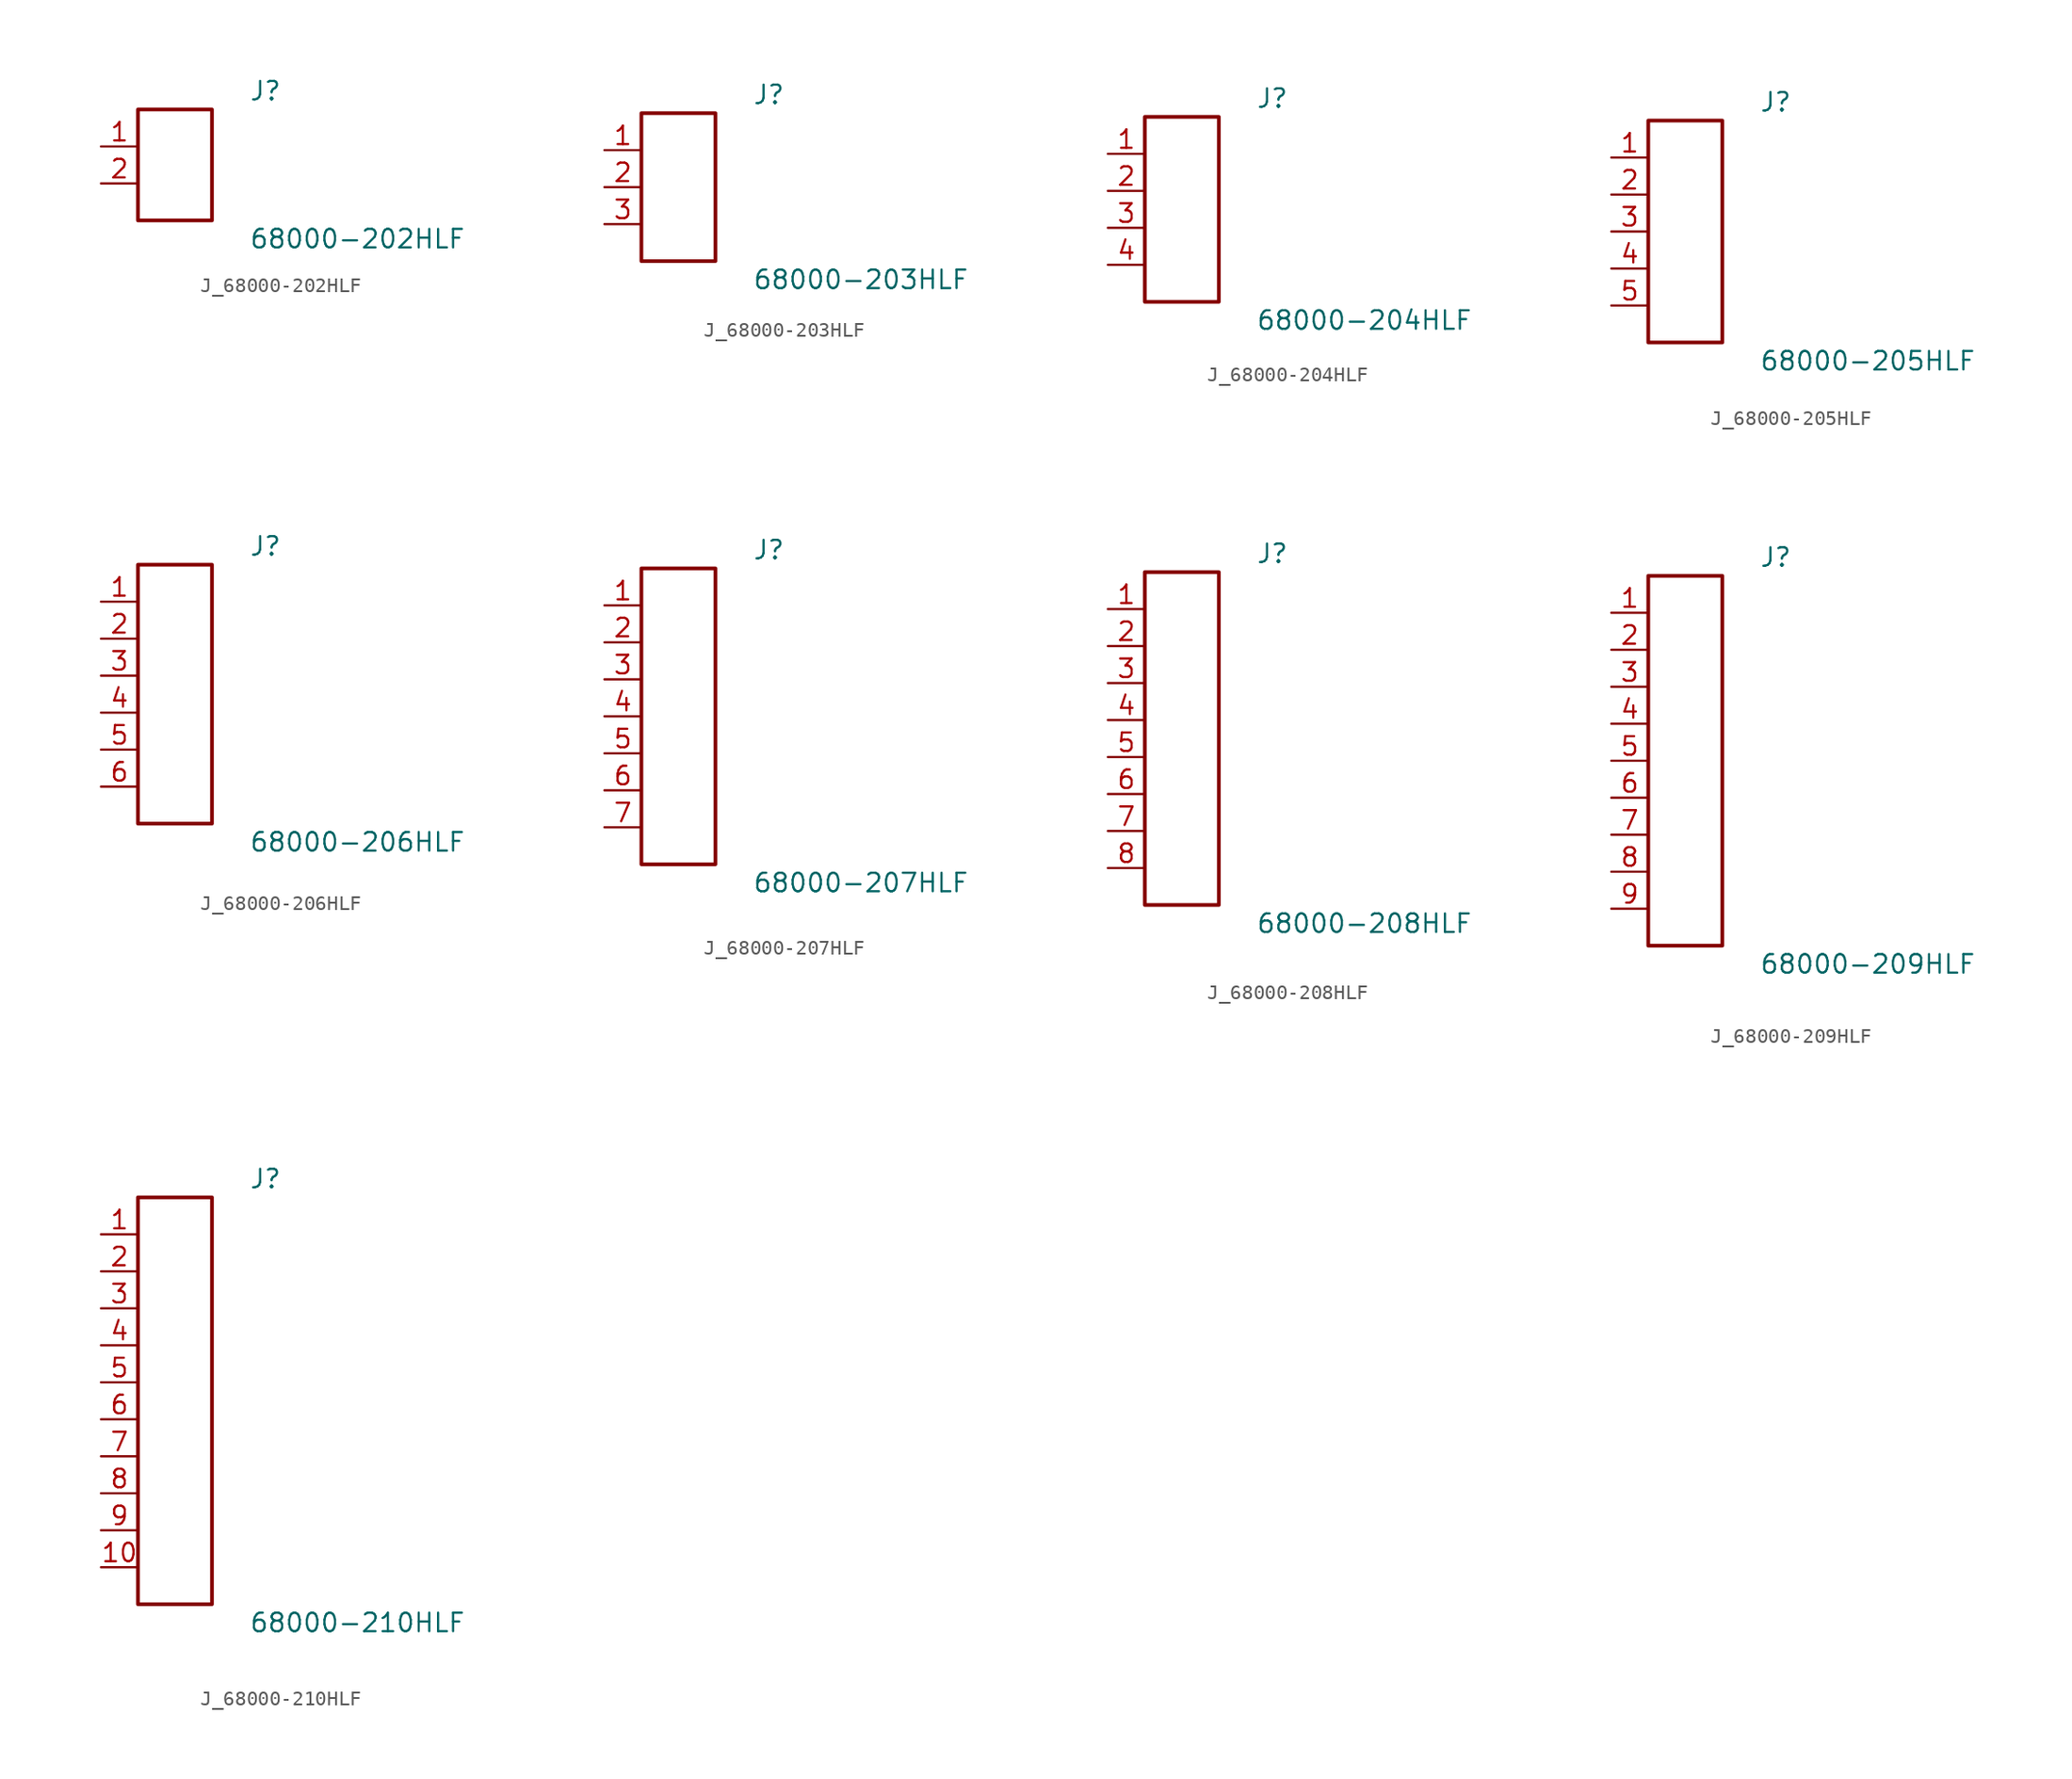
<source format=kicad_sym>
(kicad_symbol_lib
  (version 20231120)
  (generator kicad_symbol_editor)
  (generator_version 8.0)
  (symbol "J_68000-202HLF"
    (pin_names
      (offset 0.254))
    (property "Reference" "J"
      (at 5.08 5.08 0)
      (effects (font (size 1.27 1.27)) (justify left)))
    (property "Value" "68000-202HLF"
      (at 5.08 -5.08 0)
      (effects (font (size 1.27 1.27)) (justify left)))
    (symbol "J_68000-202HLF_0_0"
      (pin unspecified line (at -5.08 1.27 0) (length 2.54) (name "" (effects (font (size 1.27 1.27)))) (number "1" (effects (font (size 1.27 1.27)))))
      (pin unspecified line (at -5.08 -1.27 0) (length 2.54) (name "" (effects (font (size 1.27 1.27)))) (number "2" (effects (font (size 1.27 1.27))))))
    (symbol "J_68000-202HLF_1_0"
      (rectangle (start -2.54 3.81) (end 2.54 -3.81) (stroke (width 0.254) (type solid)) (fill (type none)))))
  (symbol "J_68000-203HLF"
    (pin_names
      (offset 0.254))
    (property "Reference" "J"
      (at 5.08 6.35 0)
      (effects (font (size 1.27 1.27)) (justify left)))
    (property "Value" "68000-203HLF"
      (at 5.08 -6.35 0)
      (effects (font (size 1.27 1.27)) (justify left)))
    (symbol "J_68000-203HLF_0_0"
      (pin unspecified line (at -5.08 2.54 0) (length 2.54) (name "" (effects (font (size 1.27 1.27)))) (number "1" (effects (font (size 1.27 1.27)))))
      (pin unspecified line (at -5.08 0.0 0) (length 2.54) (name "" (effects (font (size 1.27 1.27)))) (number "2" (effects (font (size 1.27 1.27)))))
      (pin unspecified line (at -5.08 -2.54 0) (length 2.54) (name "" (effects (font (size 1.27 1.27)))) (number "3" (effects (font (size 1.27 1.27))))))
    (symbol "J_68000-203HLF_1_0"
      (rectangle (start -2.54 5.08) (end 2.54 -5.08) (stroke (width 0.254) (type solid)) (fill (type none)))))
  (symbol "J_68000-204HLF"
    (pin_names
      (offset 0.254))
    (property "Reference" "J"
      (at 5.08 7.62 0)
      (effects (font (size 1.27 1.27)) (justify left)))
    (property "Value" "68000-204HLF"
      (at 5.08 -7.62 0)
      (effects (font (size 1.27 1.27)) (justify left)))
    (symbol "J_68000-204HLF_0_0"
      (pin unspecified line (at -5.08 3.81 0) (length 2.54) (name "" (effects (font (size 1.27 1.27)))) (number "1" (effects (font (size 1.27 1.27)))))
      (pin unspecified line (at -5.08 1.27 0) (length 2.54) (name "" (effects (font (size 1.27 1.27)))) (number "2" (effects (font (size 1.27 1.27)))))
      (pin unspecified line (at -5.08 -1.27 0) (length 2.54) (name "" (effects (font (size 1.27 1.27)))) (number "3" (effects (font (size 1.27 1.27)))))
      (pin unspecified line (at -5.08 -3.81 0) (length 2.54) (name "" (effects (font (size 1.27 1.27)))) (number "4" (effects (font (size 1.27 1.27))))))
    (symbol "J_68000-204HLF_1_0"
      (rectangle (start -2.54 6.35) (end 2.54 -6.35) (stroke (width 0.254) (type solid)) (fill (type none)))))
  (symbol "J_68000-205HLF"
    (pin_names
      (offset 0.254))
    (property "Reference" "J"
      (at 5.08 8.89 0)
      (effects (font (size 1.27 1.27)) (justify left)))
    (property "Value" "68000-205HLF"
      (at 5.08 -8.89 0)
      (effects (font (size 1.27 1.27)) (justify left)))
    (symbol "J_68000-205HLF_0_0"
      (pin unspecified line (at -5.08 5.08 0) (length 2.54) (name "" (effects (font (size 1.27 1.27)))) (number "1" (effects (font (size 1.27 1.27)))))
      (pin unspecified line (at -5.08 2.54 0) (length 2.54) (name "" (effects (font (size 1.27 1.27)))) (number "2" (effects (font (size 1.27 1.27)))))
      (pin unspecified line (at -5.08 0.0 0) (length 2.54) (name "" (effects (font (size 1.27 1.27)))) (number "3" (effects (font (size 1.27 1.27)))))
      (pin unspecified line (at -5.08 -2.54 0) (length 2.54) (name "" (effects (font (size 1.27 1.27)))) (number "4" (effects (font (size 1.27 1.27)))))
      (pin unspecified line (at -5.08 -5.08 0) (length 2.54) (name "" (effects (font (size 1.27 1.27)))) (number "5" (effects (font (size 1.27 1.27))))))
    (symbol "J_68000-205HLF_1_0"
      (rectangle (start -2.54 7.62) (end 2.54 -7.62) (stroke (width 0.254) (type solid)) (fill (type none)))))
  (symbol "J_68000-206HLF"
    (pin_names
      (offset 0.254))
    (property "Reference" "J"
      (at 5.08 10.16 0)
      (effects (font (size 1.27 1.27)) (justify left)))
    (property "Value" "68000-206HLF"
      (at 5.08 -10.16 0)
      (effects (font (size 1.27 1.27)) (justify left)))
    (symbol "J_68000-206HLF_0_0"
      (pin unspecified line (at -5.08 6.35 0) (length 2.54) (name "" (effects (font (size 1.27 1.27)))) (number "1" (effects (font (size 1.27 1.27)))))
      (pin unspecified line (at -5.08 3.81 0) (length 2.54) (name "" (effects (font (size 1.27 1.27)))) (number "2" (effects (font (size 1.27 1.27)))))
      (pin unspecified line (at -5.08 1.27 0) (length 2.54) (name "" (effects (font (size 1.27 1.27)))) (number "3" (effects (font (size 1.27 1.27)))))
      (pin unspecified line (at -5.08 -1.27 0) (length 2.54) (name "" (effects (font (size 1.27 1.27)))) (number "4" (effects (font (size 1.27 1.27)))))
      (pin unspecified line (at -5.08 -3.81 0) (length 2.54) (name "" (effects (font (size 1.27 1.27)))) (number "5" (effects (font (size 1.27 1.27)))))
      (pin unspecified line (at -5.08 -6.35 0) (length 2.54) (name "" (effects (font (size 1.27 1.27)))) (number "6" (effects (font (size 1.27 1.27))))))
    (symbol "J_68000-206HLF_1_0"
      (rectangle (start -2.54 8.89) (end 2.54 -8.89) (stroke (width 0.254) (type solid)) (fill (type none)))))
  (symbol "J_68000-207HLF"
    (pin_names
      (offset 0.254))
    (property "Reference" "J"
      (at 5.08 11.43 0)
      (effects (font (size 1.27 1.27)) (justify left)))
    (property "Value" "68000-207HLF"
      (at 5.08 -11.43 0)
      (effects (font (size 1.27 1.27)) (justify left)))
    (symbol "J_68000-207HLF_0_0"
      (pin unspecified line (at -5.08 7.62 0) (length 2.54) (name "" (effects (font (size 1.27 1.27)))) (number "1" (effects (font (size 1.27 1.27)))))
      (pin unspecified line (at -5.08 5.08 0) (length 2.54) (name "" (effects (font (size 1.27 1.27)))) (number "2" (effects (font (size 1.27 1.27)))))
      (pin unspecified line (at -5.08 2.54 0) (length 2.54) (name "" (effects (font (size 1.27 1.27)))) (number "3" (effects (font (size 1.27 1.27)))))
      (pin unspecified line (at -5.08 0.0 0) (length 2.54) (name "" (effects (font (size 1.27 1.27)))) (number "4" (effects (font (size 1.27 1.27)))))
      (pin unspecified line (at -5.08 -2.54 0) (length 2.54) (name "" (effects (font (size 1.27 1.27)))) (number "5" (effects (font (size 1.27 1.27)))))
      (pin unspecified line (at -5.08 -5.08 0) (length 2.54) (name "" (effects (font (size 1.27 1.27)))) (number "6" (effects (font (size 1.27 1.27)))))
      (pin unspecified line (at -5.08 -7.62 0) (length 2.54) (name "" (effects (font (size 1.27 1.27)))) (number "7" (effects (font (size 1.27 1.27))))))
    (symbol "J_68000-207HLF_1_0"
      (rectangle (start -2.54 10.16) (end 2.54 -10.16) (stroke (width 0.254) (type solid)) (fill (type none)))))
  (symbol "J_68000-208HLF"
    (pin_names
      (offset 0.254))
    (property "Reference" "J"
      (at 5.08 12.7 0)
      (effects (font (size 1.27 1.27)) (justify left)))
    (property "Value" "68000-208HLF"
      (at 5.08 -12.7 0)
      (effects (font (size 1.27 1.27)) (justify left)))
    (symbol "J_68000-208HLF_0_0"
      (pin unspecified line (at -5.08 8.89 0) (length 2.54) (name "" (effects (font (size 1.27 1.27)))) (number "1" (effects (font (size 1.27 1.27)))))
      (pin unspecified line (at -5.08 6.35 0) (length 2.54) (name "" (effects (font (size 1.27 1.27)))) (number "2" (effects (font (size 1.27 1.27)))))
      (pin unspecified line (at -5.08 3.81 0) (length 2.54) (name "" (effects (font (size 1.27 1.27)))) (number "3" (effects (font (size 1.27 1.27)))))
      (pin unspecified line (at -5.08 1.27 0) (length 2.54) (name "" (effects (font (size 1.27 1.27)))) (number "4" (effects (font (size 1.27 1.27)))))
      (pin unspecified line (at -5.08 -1.27 0) (length 2.54) (name "" (effects (font (size 1.27 1.27)))) (number "5" (effects (font (size 1.27 1.27)))))
      (pin unspecified line (at -5.08 -3.81 0) (length 2.54) (name "" (effects (font (size 1.27 1.27)))) (number "6" (effects (font (size 1.27 1.27)))))
      (pin unspecified line (at -5.08 -6.35 0) (length 2.54) (name "" (effects (font (size 1.27 1.27)))) (number "7" (effects (font (size 1.27 1.27)))))
      (pin unspecified line (at -5.08 -8.89 0) (length 2.54) (name "" (effects (font (size 1.27 1.27)))) (number "8" (effects (font (size 1.27 1.27))))))
    (symbol "J_68000-208HLF_1_0"
      (rectangle (start -2.54 11.43) (end 2.54 -11.43) (stroke (width 0.254) (type solid)) (fill (type none)))))
  (symbol "J_68000-209HLF"
    (pin_names
      (offset 0.254))
    (property "Reference" "J"
      (at 5.08 13.97 0)
      (effects (font (size 1.27 1.27)) (justify left)))
    (property "Value" "68000-209HLF"
      (at 5.08 -13.97 0)
      (effects (font (size 1.27 1.27)) (justify left)))
    (symbol "J_68000-209HLF_0_0"
      (pin unspecified line (at -5.08 10.16 0) (length 2.54) (name "" (effects (font (size 1.27 1.27)))) (number "1" (effects (font (size 1.27 1.27)))))
      (pin unspecified line (at -5.08 7.62 0) (length 2.54) (name "" (effects (font (size 1.27 1.27)))) (number "2" (effects (font (size 1.27 1.27)))))
      (pin unspecified line (at -5.08 5.08 0) (length 2.54) (name "" (effects (font (size 1.27 1.27)))) (number "3" (effects (font (size 1.27 1.27)))))
      (pin unspecified line (at -5.08 2.54 0) (length 2.54) (name "" (effects (font (size 1.27 1.27)))) (number "4" (effects (font (size 1.27 1.27)))))
      (pin unspecified line (at -5.08 0.0 0) (length 2.54) (name "" (effects (font (size 1.27 1.27)))) (number "5" (effects (font (size 1.27 1.27)))))
      (pin unspecified line (at -5.08 -2.54 0) (length 2.54) (name "" (effects (font (size 1.27 1.27)))) (number "6" (effects (font (size 1.27 1.27)))))
      (pin unspecified line (at -5.08 -5.08 0) (length 2.54) (name "" (effects (font (size 1.27 1.27)))) (number "7" (effects (font (size 1.27 1.27)))))
      (pin unspecified line (at -5.08 -7.62 0) (length 2.54) (name "" (effects (font (size 1.27 1.27)))) (number "8" (effects (font (size 1.27 1.27)))))
      (pin unspecified line (at -5.08 -10.16 0) (length 2.54) (name "" (effects (font (size 1.27 1.27)))) (number "9" (effects (font (size 1.27 1.27))))))
    (symbol "J_68000-209HLF_1_0"
      (rectangle (start -2.54 12.7) (end 2.54 -12.7) (stroke (width 0.254) (type solid)) (fill (type none)))))
  (symbol "J_68000-210HLF"
    (pin_names
      (offset 0.254))
    (property "Reference" "J"
      (at 5.08 15.24 0)
      (effects (font (size 1.27 1.27)) (justify left)))
    (property "Value" "68000-210HLF"
      (at 5.08 -15.24 0)
      (effects (font (size 1.27 1.27)) (justify left)))
    (symbol "J_68000-210HLF_0_0"
      (pin unspecified line (at -5.08 11.43 0) (length 2.54) (name "" (effects (font (size 1.27 1.27)))) (number "1" (effects (font (size 1.27 1.27)))))
      (pin unspecified line (at -5.08 8.89 0) (length 2.54) (name "" (effects (font (size 1.27 1.27)))) (number "2" (effects (font (size 1.27 1.27)))))
      (pin unspecified line (at -5.08 6.35 0) (length 2.54) (name "" (effects (font (size 1.27 1.27)))) (number "3" (effects (font (size 1.27 1.27)))))
      (pin unspecified line (at -5.08 3.81 0) (length 2.54) (name "" (effects (font (size 1.27 1.27)))) (number "4" (effects (font (size 1.27 1.27)))))
      (pin unspecified line (at -5.08 1.27 0) (length 2.54) (name "" (effects (font (size 1.27 1.27)))) (number "5" (effects (font (size 1.27 1.27)))))
      (pin unspecified line (at -5.08 -1.27 0) (length 2.54) (name "" (effects (font (size 1.27 1.27)))) (number "6" (effects (font (size 1.27 1.27)))))
      (pin unspecified line (at -5.08 -3.81 0) (length 2.54) (name "" (effects (font (size 1.27 1.27)))) (number "7" (effects (font (size 1.27 1.27)))))
      (pin unspecified line (at -5.08 -6.35 0) (length 2.54) (name "" (effects (font (size 1.27 1.27)))) (number "8" (effects (font (size 1.27 1.27)))))
      (pin unspecified line (at -5.08 -8.89 0) (length 2.54) (name "" (effects (font (size 1.27 1.27)))) (number "9" (effects (font (size 1.27 1.27)))))
      (pin unspecified line (at -5.08 -11.43 0) (length 2.54) (name "" (effects (font (size 1.27 1.27)))) (number "10" (effects (font (size 1.27 1.27))))))
    (symbol "J_68000-210HLF_1_0"
      (rectangle (start -2.54 13.97) (end 2.54 -13.97) (stroke (width 0.254) (type solid)) (fill (type none))))))
</source>
